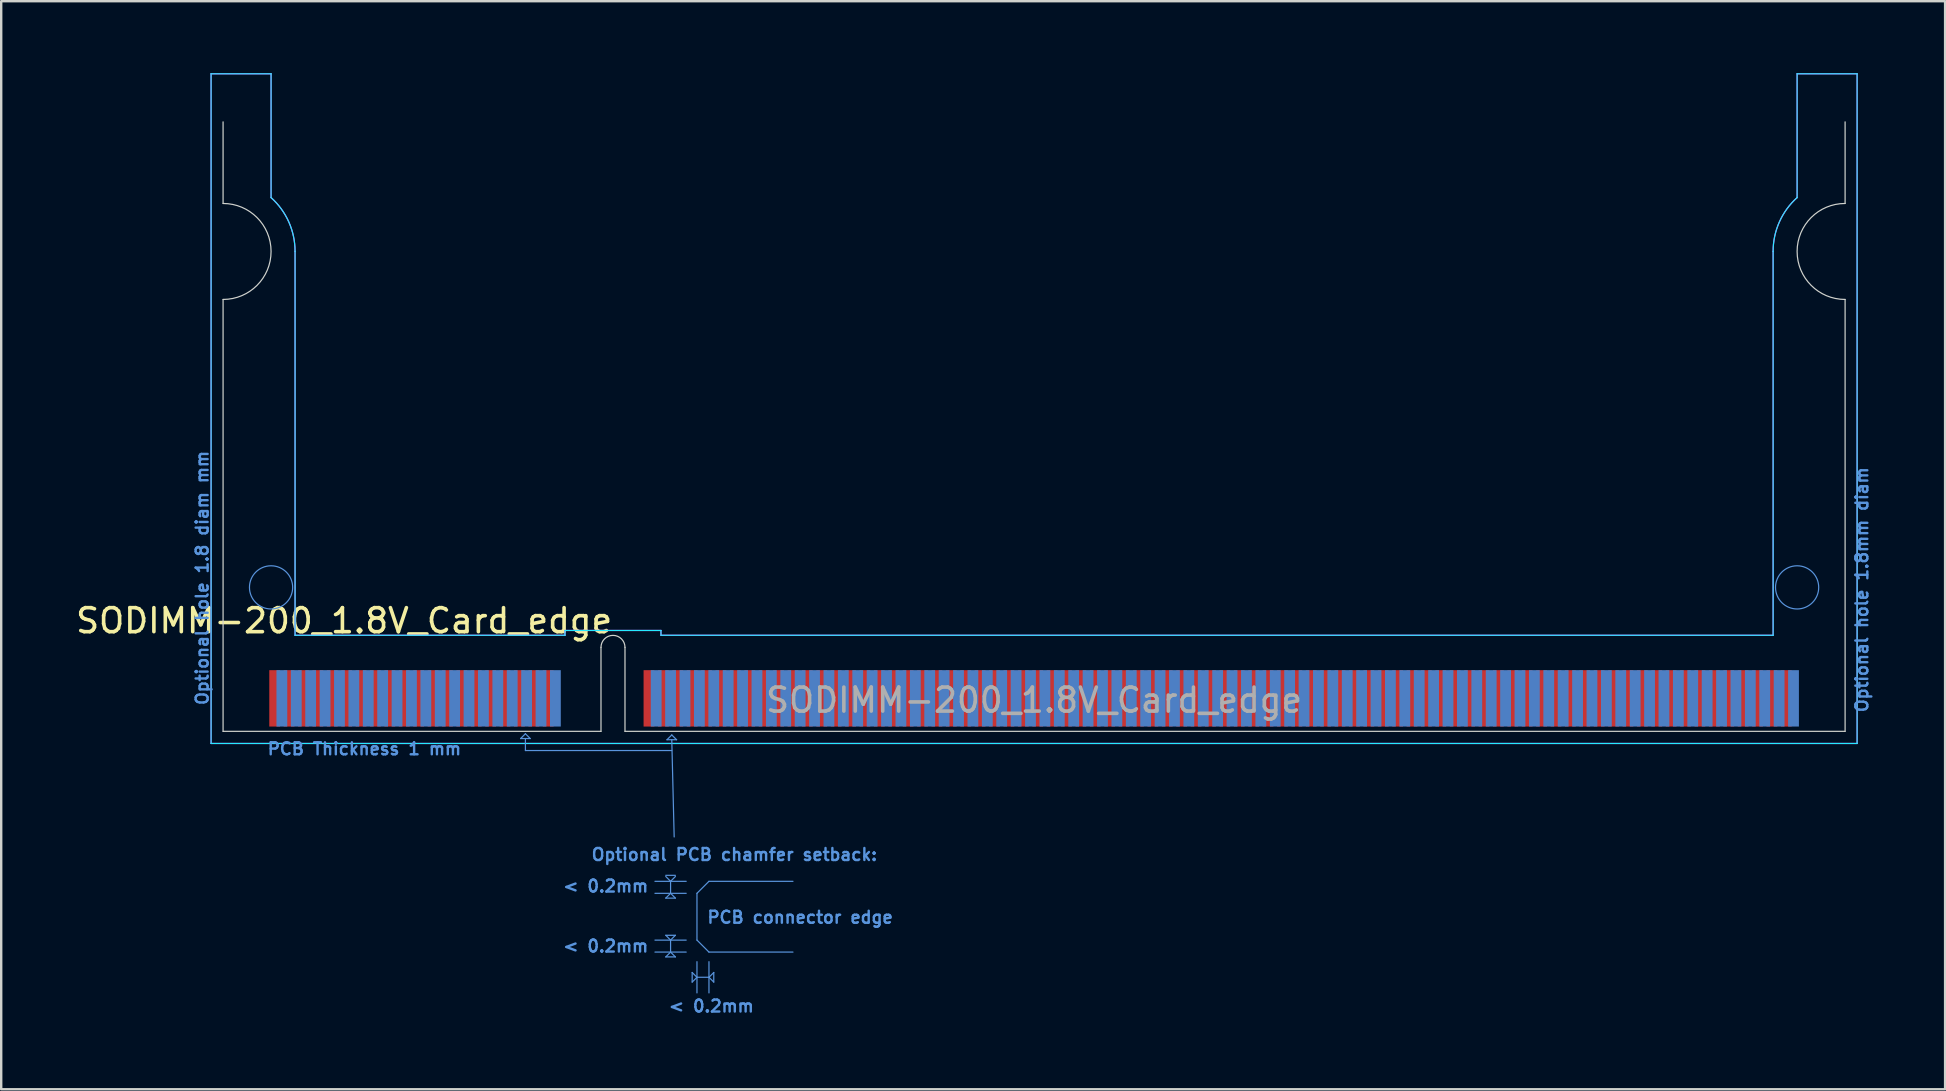
<source format=kicad_pcb>
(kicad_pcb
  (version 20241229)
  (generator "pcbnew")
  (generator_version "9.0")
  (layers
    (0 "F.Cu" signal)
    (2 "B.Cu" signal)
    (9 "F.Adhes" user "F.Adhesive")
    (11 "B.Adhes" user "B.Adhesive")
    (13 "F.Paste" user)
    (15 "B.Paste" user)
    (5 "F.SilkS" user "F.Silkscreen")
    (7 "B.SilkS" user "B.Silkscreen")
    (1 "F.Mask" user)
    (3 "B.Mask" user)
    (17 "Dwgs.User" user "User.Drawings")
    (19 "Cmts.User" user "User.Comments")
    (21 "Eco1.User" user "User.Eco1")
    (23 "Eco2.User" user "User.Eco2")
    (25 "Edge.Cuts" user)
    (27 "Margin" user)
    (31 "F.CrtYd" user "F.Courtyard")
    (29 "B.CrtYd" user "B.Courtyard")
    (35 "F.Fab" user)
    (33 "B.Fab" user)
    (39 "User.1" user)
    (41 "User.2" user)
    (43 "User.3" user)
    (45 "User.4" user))
  (footprint "SODIMM-200_1.8V_Card_edge"
    (layer "F.Cu")
    (at 8.397 26.055)
    (property "Reference" "SODIMM-200_1.8V_Card_edge" (at 2.895 -3.235 0) (layer "F.SilkS") (effects (font (size 1 1) (thickness 0.15))))
    (attr exclude_from_pos_files exclude_from_bom allow_soldermask_bridges)
    (fp_rect (start -0.352 -1.302) (end 13.6 1.302) (stroke (width 0) (type solid)) (fill yes) (layer "F.Mask"))
    (fp_rect (start 14.6 -1.302) (end 63.352 1.302) (stroke (width 0) (type solid)) (fill yes) (layer "F.Mask"))
    (fp_rect (start -0.052 -1.302) (end 13.6 1.302) (stroke (width 0) (type solid)) (fill yes) (layer "B.Mask"))
    (fp_rect (start 14.6 -1.302) (end 63.652 1.302) (stroke (width 0) (type solid)) (fill yes) (layer "B.Mask"))
    (fp_line (start 10.25 1.675) (end 10.45 1.475) (stroke (width 0.05) (type default)) (layer "Cmts.User"))
    (fp_line (start 10.45 1.475) (end 10.65 1.675) (stroke (width 0.05) (type default)) (layer "Cmts.User"))
    (fp_line (start 10.45 1.675) (end 10.45 2.175) (stroke (width 0.05) (type default)) (layer "Cmts.User"))
    (fp_line (start 10.45 2.175) (end 16.55 2.175) (stroke (width 0.05) (type default)) (layer "Cmts.User"))
    (fp_line (start 10.65 1.675) (end 10.25 1.675) (stroke (width 0.05) (type default)) (layer "Cmts.User"))
    (fp_line (start 15.85 7.625) (end 17.15 7.625) (stroke (width 0.05) (type default)) (layer "Cmts.User"))
    (fp_line (start 15.85 8.125) (end 17.15 8.125) (stroke (width 0.05) (type default)) (layer "Cmts.User"))
    (fp_line (start 15.85 10.075) (end 17.15 10.075) (stroke (width 0.05) (type default)) (layer "Cmts.User"))
    (fp_line (start 15.85 10.575) (end 17.15 10.575) (stroke (width 0.05) (type default)) (layer "Cmts.User"))
    (fp_line (start 16.3 7.375) (end 16.7 7.375) (stroke (width 0.05) (type default)) (layer "Cmts.User"))
    (fp_line (start 16.3 8.325) (end 16.5 8.125) (stroke (width 0.05) (type default)) (layer "Cmts.User"))
    (fp_line (start 16.3 9.875) (end 16.7 9.875) (stroke (width 0.05) (type default)) (layer "Cmts.User"))
    (fp_line (start 16.3 10.775) (end 16.5 10.575) (stroke (width 0.05) (type default)) (layer "Cmts.User"))
    (fp_line (start 16.35 1.725) (end 16.55 1.525) (stroke (width 0.05) (type default)) (layer "Cmts.User"))
    (fp_line (start 16.5 7.625) (end 16.3 7.425) (stroke (width 0.05) (type default)) (layer "Cmts.User"))
    (fp_line (start 16.5 8.125) (end 16.5 7.625) (stroke (width 0.05) (type default)) (layer "Cmts.User"))
    (fp_line (start 16.5 8.125) (end 16.7 8.325) (stroke (width 0.05) (type default)) (layer "Cmts.User"))
    (fp_line (start 16.5 10.075) (end 16.3 9.875) (stroke (width 0.05) (type default)) (layer "Cmts.User"))
    (fp_line (start 16.5 10.575) (end 16.5 10.075) (stroke (width 0.05) (type default)) (layer "Cmts.User"))
    (fp_line (start 16.5 10.575) (end 16.7 10.775) (stroke (width 0.05) (type default)) (layer "Cmts.User"))
    (fp_line (start 16.55 1.525) (end 16.75 1.725) (stroke (width 0.05) (type default)) (layer "Cmts.User"))
    (fp_line (start 16.55 1.725) (end 16.65 5.775) (stroke (width 0.05) (type default)) (layer "Cmts.User"))
    (fp_line (start 16.7 7.425) (end 16.5 7.625) (stroke (width 0.05) (type default)) (layer "Cmts.User"))
    (fp_line (start 16.7 8.325) (end 16.3 8.325) (stroke (width 0.05) (type default)) (layer "Cmts.User"))
    (fp_line (start 16.7 9.875) (end 16.5 10.075) (stroke (width 0.05) (type default)) (layer "Cmts.User"))
    (fp_line (start 16.7 10.775) (end 16.3 10.775) (stroke (width 0.05) (type default)) (layer "Cmts.User"))
    (fp_line (start 16.75 1.725) (end 16.35 1.725) (stroke (width 0.05) (type default)) (layer "Cmts.User"))
    (fp_line (start 17.4 11.425) (end 17.6 11.625) (stroke (width 0.05) (type default)) (layer "Cmts.User"))
    (fp_line (start 17.4 11.825) (end 17.4 11.425) (stroke (width 0.05) (type default)) (layer "Cmts.User"))
    (fp_line (start 17.6 8.125) (end 17.6 10.075) (stroke (width 0.05) (type default)) (layer "Cmts.User"))
    (fp_line (start 17.6 10.975) (end 17.6 12.275) (stroke (width 0.05) (type default)) (layer "Cmts.User"))
    (fp_line (start 17.6 11.625) (end 17.4 11.825) (stroke (width 0.05) (type default)) (layer "Cmts.User"))
    (fp_line (start 17.6 11.625) (end 18.1 11.625) (stroke (width 0.05) (type default)) (layer "Cmts.User"))
    (fp_line (start 18.1 7.625) (end 17.6 8.125) (stroke (width 0.05) (type default)) (layer "Cmts.User"))
    (fp_line (start 18.1 7.625) (end 21.6 7.625) (stroke (width 0.05) (type default)) (layer "Cmts.User"))
    (fp_line (start 18.1 10.575) (end 17.6 10.075) (stroke (width 0.05) (type default)) (layer "Cmts.User"))
    (fp_line (start 18.1 10.575) (end 21.6 10.575) (stroke (width 0.05) (type default)) (layer "Cmts.User"))
    (fp_line (start 18.1 10.975) (end 18.1 12.275) (stroke (width 0.05) (type default)) (layer "Cmts.User"))
    (fp_line (start 18.1 11.625) (end 18.3 11.425) (stroke (width 0.05) (type default)) (layer "Cmts.User"))
    (fp_line (start 18.3 11.425) (end 18.3 11.825) (stroke (width 0.05) (type default)) (layer "Cmts.User"))
    (fp_line (start 18.3 11.825) (end 18.1 11.625) (stroke (width 0.05) (type default)) (layer "Cmts.User"))
    (fp_circle (center -0.15 -4.625) (end 0.75 -4.625) (stroke (width 0.05) (type default)) (fill no) (layer "Cmts.User"))
    (fp_circle (center 63.45 -4.625) (end 64.35 -4.625) (stroke (width 0.05) (type default)) (fill no) (layer "Cmts.User"))
    (fp_line (start -2.15 -20.625) (end -2.15 -24.025) (stroke (width 0.05) (type default)) (layer "Edge.Cuts"))
    (fp_line (start -2.15 1.375) (end -2.15 -16.625) (stroke (width 0.05) (type solid)) (layer "Edge.Cuts"))
    (fp_line (start 13.6 1.375) (end -2.15 1.375) (stroke (width 0.05) (type default)) (layer "Edge.Cuts"))
    (fp_line (start 13.6 1.375) (end 13.6 -2.125) (stroke (width 0.05) (type solid)) (layer "Edge.Cuts"))
    (fp_line (start 14.6 -2.125) (end 14.6 1.375) (stroke (width 0.05) (type solid)) (layer "Edge.Cuts"))
    (fp_line (start 14.6 1.375) (end 65.45 1.375) (stroke (width 0.05) (type default)) (layer "Edge.Cuts"))
    (fp_line (start 65.45 -20.625) (end 65.45 -24.025) (stroke (width 0.05) (type default)) (layer "Edge.Cuts"))
    (fp_line (start 65.45 1.375) (end 65.45 -16.625) (stroke (width 0.05) (type solid)) (layer "Edge.Cuts"))
    (fp_arc (start -2.15 -20.625) (mid -0.15 -18.625) (end -2.15 -16.625) (stroke (width 0.05) (type solid)) (layer "Edge.Cuts"))
    (fp_arc (start 13.6 -2.125) (mid 14.1 -2.625) (end 14.6 -2.125) (stroke (width 0.05) (type solid)) (layer "Edge.Cuts"))
    (fp_arc (start 65.45 -16.625) (mid 63.45 -18.625) (end 65.45 -20.625) (stroke (width 0.05) (type solid)) (layer "Edge.Cuts"))
    (fp_line (start -2.65 -26.03) (end -2.65 1.88) (stroke (width 0.05) (type default)) (layer "B.CrtYd"))
    (fp_line (start -2.65 -26.03) (end -0.15 -26.03) (stroke (width 0.05) (type default)) (layer "B.CrtYd"))
    (fp_line (start -0.15 -20.87) (end -0.15 -26.03) (stroke (width 0.05) (type default)) (layer "B.CrtYd"))
    (fp_line (start 0.85 -18.63) (end 0.85 -2.63) (stroke (width 0.05) (type default)) (layer "B.CrtYd"))
    (fp_line (start 0.85 -2.63) (end 12.1 -2.63) (stroke (width 0.05) (type default)) (layer "B.CrtYd"))
    (fp_line (start 12.1 -2.83) (end 16.1 -2.83) (stroke (width 0.05) (type default)) (layer "B.CrtYd"))
    (fp_line (start 12.1 -2.63) (end 12.1 -2.83) (stroke (width 0.05) (type default)) (layer "B.CrtYd"))
    (fp_line (start 16.1 -2.83) (end 16.1 -2.63) (stroke (width 0.05) (type default)) (layer "B.CrtYd"))
    (fp_line (start 16.1 -2.63) (end 62.45 -2.63) (stroke (width 0.05) (type default)) (layer "B.CrtYd"))
    (fp_line (start 62.45 -18.63) (end 62.45 -2.63) (stroke (width 0.05) (type default)) (layer "B.CrtYd"))
    (fp_line (start 63.45 -20.87) (end 63.45 -26.03) (stroke (width 0.05) (type default)) (layer "B.CrtYd"))
    (fp_line (start 65.95 -26.03) (end 63.45 -26.03) (stroke (width 0.05) (type default)) (layer "B.CrtYd"))
    (fp_line (start 65.95 -26.03) (end 65.95 1.88) (stroke (width 0.05) (type default)) (layer "B.CrtYd"))
    (fp_line (start 65.95 1.88) (end -2.65 1.88) (stroke (width 0.05) (type default)) (layer "B.CrtYd"))
    (fp_arc (start -0.15 -20.87) (mid 0.588474 -19.856462) (end 0.85 -18.63) (stroke (width 0.05) (type default)) (layer "B.CrtYd"))
    (fp_arc (start 62.45 -18.63) (mid 62.711526 -19.856462) (end 63.45 -20.87) (stroke (width 0.05) (type default)) (layer "B.CrtYd"))
    (fp_line (start -2.65 -26.03) (end -2.65 1.88) (stroke (width 0.05) (type default)) (layer "F.CrtYd"))
    (fp_line (start -2.65 -26.03) (end -0.15 -26.03) (stroke (width 0.05) (type default)) (layer "F.CrtYd"))
    (fp_line (start -0.15 -20.87) (end -0.15 -26.03) (stroke (width 0.05) (type default)) (layer "F.CrtYd"))
    (fp_line (start 0.85 -2.63) (end 0.85 -18.63) (stroke (width 0.05) (type default)) (layer "F.CrtYd"))
    (fp_line (start 0.85 -2.63) (end 12.1 -2.63) (stroke (width 0.05) (type default)) (layer "F.CrtYd"))
    (fp_line (start 12.1 -2.83) (end 16.1 -2.83) (stroke (width 0.05) (type default)) (layer "F.CrtYd"))
    (fp_line (start 12.1 -2.63) (end 12.1 -2.83) (stroke (width 0.05) (type default)) (layer "F.CrtYd"))
    (fp_line (start 16.1 -2.83) (end 16.1 -2.63) (stroke (width 0.05) (type default)) (layer "F.CrtYd"))
    (fp_line (start 16.1 -2.63) (end 62.45 -2.63) (stroke (width 0.05) (type default)) (layer "F.CrtYd"))
    (fp_line (start 62.45 -2.63) (end 62.45 -18.63) (stroke (width 0.05) (type default)) (layer "F.CrtYd"))
    (fp_line (start 63.45 -20.87) (end 63.45 -26.03) (stroke (width 0.05) (type default)) (layer "F.CrtYd"))
    (fp_line (start 65.95 -26.03) (end 63.45 -26.03) (stroke (width 0.05) (type default)) (layer "F.CrtYd"))
    (fp_line (start 65.95 -26.03) (end 65.95 1.88) (stroke (width 0.05) (type default)) (layer "F.CrtYd"))
    (fp_line (start 65.95 1.88) (end -2.65 1.88) (stroke (width 0.05) (type default)) (layer "F.CrtYd"))
    (fp_arc (start -0.15 -20.87) (mid 0.588474 -19.856462) (end 0.85 -18.63) (stroke (width 0.05) (type default)) (layer "F.CrtYd"))
    (fp_arc (start 62.45 -18.63) (mid 62.711526 -19.856462) (end 63.45 -20.87) (stroke (width 0.05) (type default)) (layer "F.CrtYd"))
    (fp_text user "PCB connector edge" (at 21.9 9.125 180) (layer "Cmts.User") (effects (font (size 0.5 0.5) (thickness 0.1))))
    (fp_text user "PCB Thickness 1 mm" (at 3.74 2.105 180) (layer "Cmts.User") (effects (font (size 0.5 0.5) (thickness 0.1))))
    (fp_text user "< 0.2mm" (at 13.8 7.825 180) (layer "Cmts.User") (effects (font (size 0.5 0.5) (thickness 0.1))))
    (fp_text user "Optional hole 1.8 diam mm" (at -3.02 -5.02 90) (unlocked yes) (layer "Cmts.User") (effects (font (size 0.5 0.5) (thickness 0.1))))
    (fp_text user "< 0.2mm" (at 13.8 10.325 180) (layer "Cmts.User") (effects (font (size 0.5 0.5) (thickness 0.1))))
    (fp_text user "Optional hole 1.8mm diam" (at 66.15 -4.53 90) (unlocked yes) (layer "Cmts.User") (effects (font (size 0.5 0.5) (thickness 0.1))))
    (fp_text user "Optional PCB chamfer setback:" (at 19.16 6.51 180) (layer "Cmts.User") (effects (font (size 0.5 0.5) (thickness 0.1))))
    (fp_text user "< 0.2mm" (at 18.2 12.825 180) (layer "Cmts.User") (effects (font (size 0.5 0.5) (thickness 0.1))))
    (fp_text user "${REFERENCE}" (at 31.65 0.075 0) (layer "F.Fab") (effects (font (size 1 1) (thickness 0.15))))
    (pad "1" connect rect (at 0 0) (size 0.45 2.35) (layers "F.Cu" "F.Mask"))
    (pad "2" connect rect (at 0.3 0) (size 0.45 2.35) (layers "B.Cu" "B.Mask"))
    (pad "3" connect rect (at 0.6 0) (size 0.45 2.35) (layers "F.Cu" "F.Mask"))
    (pad "4" connect rect (at 0.9 0) (size 0.45 2.35) (layers "B.Cu" "B.Mask"))
    (pad "5" connect rect (at 1.2 0) (size 0.45 2.35) (layers "F.Cu" "F.Mask"))
    (pad "6" connect rect (at 1.5 0) (size 0.45 2.35) (layers "B.Cu" "B.Mask"))
    (pad "7" connect rect (at 1.8 0) (size 0.45 2.35) (layers "F.Cu" "F.Mask"))
    (pad "8" connect rect (at 2.1 0) (size 0.45 2.35) (layers "B.Cu" "B.Mask"))
    (pad "9" connect rect (at 2.4 0) (size 0.45 2.35) (layers "F.Cu" "F.Mask"))
    (pad "10" connect rect (at 2.7 0) (size 0.45 2.35) (layers "B.Cu" "B.Mask"))
    (pad "11" connect rect (at 3 0) (size 0.45 2.35) (layers "F.Cu" "F.Mask"))
    (pad "12" connect rect (at 3.3 0) (size 0.45 2.35) (layers "B.Cu" "B.Mask"))
    (pad "13" connect rect (at 3.6 0) (size 0.45 2.35) (layers "F.Cu" "F.Mask"))
    (pad "14" connect rect (at 3.9 0) (size 0.45 2.35) (layers "B.Cu" "B.Mask"))
    (pad "15" connect rect (at 4.2 0) (size 0.45 2.35) (layers "F.Cu" "F.Mask"))
    (pad "16" connect rect (at 4.5 0) (size 0.45 2.35) (layers "B.Cu" "B.Mask"))
    (pad "17" connect rect (at 4.8 0) (size 0.45 2.35) (layers "F.Cu" "F.Mask"))
    (pad "18" connect rect (at 5.1 0) (size 0.45 2.35) (layers "B.Cu" "B.Mask"))
    (pad "19" connect rect (at 5.4 0) (size 0.45 2.35) (layers "F.Cu" "F.Mask"))
    (pad "20" connect rect (at 5.7 0) (size 0.45 2.35) (layers "B.Cu" "B.Mask"))
    (pad "21" connect rect (at 6 0) (size 0.45 2.35) (layers "F.Cu" "F.Mask"))
    (pad "22" connect rect (at 6.3 0) (size 0.45 2.35) (layers "B.Cu" "B.Mask"))
    (pad "23" connect rect (at 6.6 0) (size 0.45 2.35) (layers "F.Cu" "F.Mask"))
    (pad "24" connect rect (at 6.9 0) (size 0.45 2.35) (layers "B.Cu" "B.Mask"))
    (pad "25" connect rect (at 7.2 0) (size 0.45 2.35) (layers "F.Cu" "F.Mask"))
    (pad "26" connect rect (at 7.5 0) (size 0.45 2.35) (layers "B.Cu" "B.Mask"))
    (pad "27" connect rect (at 7.8 0) (size 0.45 2.35) (layers "F.Cu" "F.Mask"))
    (pad "28" connect rect (at 8.1 0) (size 0.45 2.35) (layers "B.Cu" "B.Mask"))
    (pad "29" connect rect (at 8.4 0) (size 0.45 2.35) (layers "F.Cu" "F.Mask"))
    (pad "30" connect rect (at 8.7 0) (size 0.45 2.35) (layers "B.Cu" "B.Mask"))
    (pad "31" connect rect (at 9 0) (size 0.45 2.35) (layers "F.Cu" "F.Mask"))
    (pad "32" connect rect (at 9.3 0) (size 0.45 2.35) (layers "B.Cu" "B.Mask"))
    (pad "33" connect rect (at 9.6 0) (size 0.45 2.35) (layers "F.Cu" "F.Mask"))
    (pad "34" connect rect (at 9.9 0) (size 0.45 2.35) (layers "B.Cu" "B.Mask"))
    (pad "35" connect rect (at 10.2 0) (size 0.45 2.35) (layers "F.Cu" "F.Mask"))
    (pad "36" connect rect (at 10.5 0) (size 0.45 2.35) (layers "B.Cu" "B.Mask"))
    (pad "37" connect rect (at 10.8 0) (size 0.45 2.35) (layers "F.Cu" "F.Mask"))
    (pad "38" connect rect (at 11.1 0) (size 0.45 2.35) (layers "B.Cu" "B.Mask"))
    (pad "39" connect rect (at 11.4 0) (size 0.45 2.35) (layers "F.Cu" "F.Mask"))
    (pad "40" connect rect (at 11.7 0) (size 0.45 2.35) (layers "B.Cu" "B.Mask"))
    (pad "41" connect rect (at 15.6 0) (size 0.45 2.35) (layers "F.Cu" "F.Mask"))
    (pad "42" connect rect (at 15.9 0) (size 0.45 2.35) (layers "B.Cu" "B.Mask"))
    (pad "43" connect rect (at 16.2 0) (size 0.45 2.35) (layers "F.Cu" "F.Mask"))
    (pad "44" connect rect (at 16.5 0) (size 0.45 2.35) (layers "B.Cu" "B.Mask"))
    (pad "45" connect rect (at 16.8 0) (size 0.45 2.35) (layers "F.Cu" "F.Mask"))
    (pad "46" connect rect (at 17.1 0) (size 0.45 2.35) (layers "B.Cu" "B.Mask"))
    (pad "47" connect rect (at 17.4 0) (size 0.45 2.35) (layers "F.Cu" "F.Mask"))
    (pad "48" connect rect (at 17.7 0) (size 0.45 2.35) (layers "B.Cu" "B.Mask"))
    (pad "49" connect rect (at 18 0) (size 0.45 2.35) (layers "F.Cu" "F.Mask"))
    (pad "50" connect rect (at 18.3 0) (size 0.45 2.35) (layers "B.Cu" "B.Mask"))
    (pad "51" connect rect (at 18.6 0) (size 0.45 2.35) (layers "F.Cu" "F.Mask"))
    (pad "52" connect rect (at 18.9 0) (size 0.45 2.35) (layers "B.Cu" "B.Mask"))
    (pad "53" connect rect (at 19.2 0) (size 0.45 2.35) (layers "F.Cu" "F.Mask"))
    (pad "54" connect rect (at 19.5 0) (size 0.45 2.35) (layers "B.Cu" "B.Mask"))
    (pad "55" connect rect (at 19.8 0) (size 0.45 2.35) (layers "F.Cu" "F.Mask"))
    (pad "56" connect rect (at 20.1 0) (size 0.45 2.35) (layers "B.Cu" "B.Mask"))
    (pad "57" connect rect (at 20.4 0) (size 0.45 2.35) (layers "F.Cu" "F.Mask"))
    (pad "58" connect rect (at 20.7 0) (size 0.45 2.35) (layers "B.Cu" "B.Mask"))
    (pad "59" connect rect (at 21 0) (size 0.45 2.35) (layers "F.Cu" "F.Mask"))
    (pad "60" connect rect (at 21.3 0) (size 0.45 2.35) (layers "B.Cu" "B.Mask"))
    (pad "61" connect rect (at 21.6 0) (size 0.45 2.35) (layers "F.Cu" "F.Mask"))
    (pad "62" connect rect (at 21.9 0) (size 0.45 2.35) (layers "B.Cu" "B.Mask"))
    (pad "63" connect rect (at 22.2 0) (size 0.45 2.35) (layers "F.Cu" "F.Mask"))
    (pad "64" connect rect (at 22.5 0) (size 0.45 2.35) (layers "B.Cu" "B.Mask"))
    (pad "65" connect rect (at 22.8 0) (size 0.45 2.35) (layers "F.Cu" "F.Mask"))
    (pad "66" connect rect (at 23.1 0) (size 0.45 2.35) (layers "B.Cu" "B.Mask"))
    (pad "67" connect rect (at 23.4 0) (size 0.45 2.35) (layers "F.Cu" "F.Mask"))
    (pad "68" connect rect (at 23.7 0) (size 0.45 2.35) (layers "B.Cu" "B.Mask"))
    (pad "69" connect rect (at 24 0) (size 0.45 2.35) (layers "F.Cu" "F.Mask"))
    (pad "70" connect rect (at 24.3 0) (size 0.45 2.35) (layers "B.Cu" "B.Mask"))
    (pad "71" connect rect (at 24.6 0) (size 0.45 2.35) (layers "F.Cu" "F.Mask"))
    (pad "72" connect rect (at 24.9 0) (size 0.45 2.35) (layers "B.Cu" "B.Mask"))
    (pad "73" connect rect (at 25.2 0) (size 0.45 2.35) (layers "F.Cu" "F.Mask"))
    (pad "74" connect rect (at 25.5 0) (size 0.45 2.35) (layers "B.Cu" "B.Mask"))
    (pad "75" connect rect (at 25.8 0) (size 0.45 2.35) (layers "F.Cu" "F.Mask"))
    (pad "76" connect rect (at 26.1 0) (size 0.45 2.35) (layers "B.Cu" "B.Mask"))
    (pad "77" connect rect (at 26.4 0) (size 0.45 2.35) (layers "F.Cu" "F.Mask"))
    (pad "78" connect rect (at 26.7 0) (size 0.45 2.35) (layers "B.Cu" "B.Mask"))
    (pad "79" connect rect (at 27 0) (size 0.45 2.35) (layers "F.Cu" "F.Mask"))
    (pad "80" connect rect (at 27.3 0) (size 0.45 2.35) (layers "B.Cu" "B.Mask"))
    (pad "81" connect rect (at 27.6 0) (size 0.45 2.35) (layers "F.Cu" "F.Mask"))
    (pad "82" connect rect (at 27.9 0) (size 0.45 2.35) (layers "B.Cu" "B.Mask"))
    (pad "83" connect rect (at 28.2 0) (size 0.45 2.35) (layers "F.Cu" "F.Mask"))
    (pad "84" connect rect (at 28.5 0) (size 0.45 2.35) (layers "B.Cu" "B.Mask"))
    (pad "85" connect rect (at 28.8 0) (size 0.45 2.35) (layers "F.Cu" "F.Mask"))
    (pad "86" connect rect (at 29.1 0) (size 0.45 2.35) (layers "B.Cu" "B.Mask"))
    (pad "87" connect rect (at 29.4 0) (size 0.45 2.35) (layers "F.Cu" "F.Mask"))
    (pad "88" connect rect (at 29.7 0) (size 0.45 2.35) (layers "B.Cu" "B.Mask"))
    (pad "89" connect rect (at 30 0) (size 0.45 2.35) (layers "F.Cu" "F.Mask"))
    (pad "90" connect rect (at 30.3 0) (size 0.45 2.35) (layers "B.Cu" "B.Mask"))
    (pad "91" connect rect (at 30.6 0) (size 0.45 2.35) (layers "F.Cu" "F.Mask"))
    (pad "92" connect rect (at 30.9 0) (size 0.45 2.35) (layers "B.Cu" "B.Mask"))
    (pad "93" connect rect (at 31.2 0) (size 0.45 2.35) (layers "F.Cu" "F.Mask"))
    (pad "94" connect rect (at 31.5 0) (size 0.45 2.35) (layers "B.Cu" "B.Mask"))
    (pad "95" connect rect (at 31.8 0) (size 0.45 2.35) (layers "F.Cu" "F.Mask"))
    (pad "96" connect rect (at 32.1 0) (size 0.45 2.35) (layers "B.Cu" "B.Mask"))
    (pad "97" connect rect (at 32.4 0) (size 0.45 2.35) (layers "F.Cu" "F.Mask"))
    (pad "98" connect rect (at 32.7 0) (size 0.45 2.35) (layers "B.Cu" "B.Mask"))
    (pad "99" connect rect (at 33 0) (size 0.45 2.35) (layers "F.Cu" "F.Mask"))
    (pad "100" connect rect (at 33.3 0) (size 0.45 2.35) (layers "B.Cu" "B.Mask"))
    (pad "101" connect rect (at 33.6 0) (size 0.45 2.35) (layers "F.Cu" "F.Mask"))
    (pad "102" connect rect (at 33.9 0) (size 0.45 2.35) (layers "B.Cu" "B.Mask"))
    (pad "103" connect rect (at 34.2 0) (size 0.45 2.35) (layers "F.Cu" "F.Mask"))
    (pad "104" connect rect (at 34.5 0) (size 0.45 2.35) (layers "B.Cu" "B.Mask"))
    (pad "105" connect rect (at 34.8 0) (size 0.45 2.35) (layers "F.Cu" "F.Mask"))
    (pad "106" connect rect (at 35.1 0) (size 0.45 2.35) (layers "B.Cu" "B.Mask"))
    (pad "107" connect rect (at 35.4 0) (size 0.45 2.35) (layers "F.Cu" "F.Mask"))
    (pad "108" connect rect (at 35.7 0) (size 0.45 2.35) (layers "B.Cu" "B.Mask"))
    (pad "109" connect rect (at 36 0) (size 0.45 2.35) (layers "F.Cu" "F.Mask"))
    (pad "110" connect rect (at 36.3 0) (size 0.45 2.35) (layers "B.Cu" "B.Mask"))
    (pad "111" connect rect (at 36.6 0) (size 0.45 2.35) (layers "F.Cu" "F.Mask"))
    (pad "112" connect rect (at 36.9 0) (size 0.45 2.35) (layers "B.Cu" "B.Mask"))
    (pad "113" connect rect (at 37.2 0) (size 0.45 2.35) (layers "F.Cu" "F.Mask"))
    (pad "114" connect rect (at 37.5 0) (size 0.45 2.35) (layers "B.Cu" "B.Mask"))
    (pad "115" connect rect (at 37.8 0) (size 0.45 2.35) (layers "F.Cu" "F.Mask"))
    (pad "116" connect rect (at 38.1 0) (size 0.45 2.35) (layers "B.Cu" "B.Mask"))
    (pad "117" connect rect (at 38.4 0) (size 0.45 2.35) (layers "F.Cu" "F.Mask"))
    (pad "118" connect rect (at 38.7 0) (size 0.45 2.35) (layers "B.Cu" "B.Mask"))
    (pad "119" connect rect (at 39 0) (size 0.45 2.35) (layers "F.Cu" "F.Mask"))
    (pad "120" connect rect (at 39.3 0) (size 0.45 2.35) (layers "B.Cu" "B.Mask"))
    (pad "121" connect rect (at 39.6 0) (size 0.45 2.35) (layers "F.Cu" "F.Mask"))
    (pad "122" connect rect (at 39.9 0) (size 0.45 2.35) (layers "B.Cu" "B.Mask"))
    (pad "123" connect rect (at 40.2 0) (size 0.45 2.35) (layers "F.Cu" "F.Mask"))
    (pad "124" connect rect (at 40.5 0) (size 0.45 2.35) (layers "B.Cu" "B.Mask"))
    (pad "125" connect rect (at 40.8 0) (size 0.45 2.35) (layers "F.Cu" "F.Mask"))
    (pad "126" connect rect (at 41.1 0) (size 0.45 2.35) (layers "B.Cu" "B.Mask"))
    (pad "127" connect rect (at 41.4 0) (size 0.45 2.35) (layers "F.Cu" "F.Mask"))
    (pad "128" connect rect (at 41.7 0) (size 0.45 2.35) (layers "B.Cu" "B.Mask"))
    (pad "129" connect rect (at 42 0) (size 0.45 2.35) (layers "F.Cu" "F.Mask"))
    (pad "130" connect rect (at 42.3 0) (size 0.45 2.35) (layers "B.Cu" "B.Mask"))
    (pad "131" connect rect (at 42.6 0) (size 0.45 2.35) (layers "F.Cu" "F.Mask"))
    (pad "132" connect rect (at 42.9 0) (size 0.45 2.35) (layers "B.Cu" "B.Mask"))
    (pad "133" connect rect (at 43.2 0) (size 0.45 2.35) (layers "F.Cu" "F.Mask"))
    (pad "134" connect rect (at 43.5 0) (size 0.45 2.35) (layers "B.Cu" "B.Mask"))
    (pad "135" connect rect (at 43.8 0) (size 0.45 2.35) (layers "F.Cu" "F.Mask"))
    (pad "136" connect rect (at 44.1 0) (size 0.45 2.35) (layers "B.Cu" "B.Mask"))
    (pad "137" connect rect (at 44.4 0) (size 0.45 2.35) (layers "F.Cu" "F.Mask"))
    (pad "138" connect rect (at 44.7 0) (size 0.45 2.35) (layers "B.Cu" "B.Mask"))
    (pad "139" connect rect (at 45 0) (size 0.45 2.35) (layers "F.Cu" "F.Mask"))
    (pad "140" connect rect (at 45.3 0) (size 0.45 2.35) (layers "B.Cu" "B.Mask"))
    (pad "141" connect rect (at 45.6 0) (size 0.45 2.35) (layers "F.Cu" "F.Mask"))
    (pad "142" connect rect (at 45.9 0) (size 0.45 2.35) (layers "B.Cu" "B.Mask"))
    (pad "143" connect rect (at 46.2 0) (size 0.45 2.35) (layers "F.Cu" "F.Mask"))
    (pad "144" connect rect (at 46.5 0) (size 0.45 2.35) (layers "B.Cu" "B.Mask"))
    (pad "145" connect rect (at 46.8 0) (size 0.45 2.35) (layers "F.Cu" "F.Mask"))
    (pad "146" connect rect (at 47.1 0) (size 0.45 2.35) (layers "B.Cu" "B.Mask"))
    (pad "147" connect rect (at 47.4 0) (size 0.45 2.35) (layers "F.Cu" "F.Mask"))
    (pad "148" connect rect (at 47.7 0) (size 0.45 2.35) (layers "B.Cu" "B.Mask"))
    (pad "149" connect rect (at 48 0) (size 0.45 2.35) (layers "F.Cu" "F.Mask"))
    (pad "150" connect rect (at 48.3 0) (size 0.45 2.35) (layers "B.Cu" "B.Mask"))
    (pad "151" connect rect (at 48.6 0) (size 0.45 2.35) (layers "F.Cu" "F.Mask"))
    (pad "152" connect rect (at 48.9 0) (size 0.45 2.35) (layers "B.Cu" "B.Mask"))
    (pad "153" connect rect (at 49.2 0) (size 0.45 2.35) (layers "F.Cu" "F.Mask"))
    (pad "154" connect rect (at 49.5 0) (size 0.45 2.35) (layers "B.Cu" "B.Mask"))
    (pad "155" connect rect (at 49.8 0) (size 0.45 2.35) (layers "F.Cu" "F.Mask"))
    (pad "156" connect rect (at 50.1 0) (size 0.45 2.35) (layers "B.Cu" "B.Mask"))
    (pad "157" connect rect (at 50.4 0) (size 0.45 2.35) (layers "F.Cu" "F.Mask"))
    (pad "158" connect rect (at 50.7 0) (size 0.45 2.35) (layers "B.Cu" "B.Mask"))
    (pad "159" connect rect (at 51 0) (size 0.45 2.35) (layers "F.Cu" "F.Mask"))
    (pad "160" connect rect (at 51.3 0) (size 0.45 2.35) (layers "B.Cu" "B.Mask"))
    (pad "161" connect rect (at 51.6 0) (size 0.45 2.35) (layers "F.Cu" "F.Mask"))
    (pad "162" connect rect (at 51.9 0) (size 0.45 2.35) (layers "B.Cu" "B.Mask"))
    (pad "163" connect rect (at 52.2 0) (size 0.45 2.35) (layers "F.Cu" "F.Mask"))
    (pad "164" connect rect (at 52.5 0) (size 0.45 2.35) (layers "B.Cu" "B.Mask"))
    (pad "165" connect rect (at 52.8 0) (size 0.45 2.35) (layers "F.Cu" "F.Mask"))
    (pad "166" connect rect (at 53.1 0) (size 0.45 2.35) (layers "B.Cu" "B.Mask"))
    (pad "167" connect rect (at 53.4 0) (size 0.45 2.35) (layers "F.Cu" "F.Mask"))
    (pad "168" connect rect (at 53.7 0) (size 0.45 2.35) (layers "B.Cu" "B.Mask"))
    (pad "169" connect rect (at 54 0) (size 0.45 2.35) (layers "F.Cu" "F.Mask"))
    (pad "170" connect rect (at 54.3 0) (size 0.45 2.35) (layers "B.Cu" "B.Mask"))
    (pad "171" connect rect (at 54.6 0) (size 0.45 2.35) (layers "F.Cu" "F.Mask"))
    (pad "172" connect rect (at 54.9 0) (size 0.45 2.35) (layers "B.Cu" "B.Mask"))
    (pad "173" connect rect (at 55.2 0) (size 0.45 2.35) (layers "F.Cu" "F.Mask"))
    (pad "174" connect rect (at 55.5 0) (size 0.45 2.35) (layers "B.Cu" "B.Mask"))
    (pad "175" connect rect (at 55.8 0) (size 0.45 2.35) (layers "F.Cu" "F.Mask"))
    (pad "176" connect rect (at 56.1 0) (size 0.45 2.35) (layers "B.Cu" "B.Mask"))
    (pad "177" connect rect (at 56.4 0) (size 0.45 2.35) (layers "F.Cu" "F.Mask"))
    (pad "178" connect rect (at 56.7 0) (size 0.45 2.35) (layers "B.Cu" "B.Mask"))
    (pad "179" connect rect (at 57 0) (size 0.45 2.35) (layers "F.Cu" "F.Mask"))
    (pad "180" connect rect (at 57.3 0) (size 0.45 2.35) (layers "B.Cu" "B.Mask"))
    (pad "181" connect rect (at 57.6 0) (size 0.45 2.35) (layers "F.Cu" "F.Mask"))
    (pad "182" connect rect (at 57.9 0) (size 0.45 2.35) (layers "B.Cu" "B.Mask"))
    (pad "183" connect rect (at 58.2 0) (size 0.45 2.35) (layers "F.Cu" "F.Mask"))
    (pad "184" connect rect (at 58.5 0) (size 0.45 2.35) (layers "B.Cu" "B.Mask"))
    (pad "185" connect rect (at 58.8 0) (size 0.45 2.35) (layers "F.Cu" "F.Mask"))
    (pad "186" connect rect (at 59.1 0) (size 0.45 2.35) (layers "B.Cu" "B.Mask"))
    (pad "187" connect rect (at 59.4 0) (size 0.45 2.35) (layers "F.Cu" "F.Mask"))
    (pad "188" connect rect (at 59.7 0) (size 0.45 2.35) (layers "B.Cu" "B.Mask"))
    (pad "189" connect rect (at 60 0) (size 0.45 2.35) (layers "F.Cu" "F.Mask"))
    (pad "190" connect rect (at 60.3 0) (size 0.45 2.35) (layers "B.Cu" "B.Mask"))
    (pad "191" connect rect (at 60.6 0) (size 0.45 2.35) (layers "F.Cu" "F.Mask"))
    (pad "192" connect rect (at 60.9 0) (size 0.45 2.35) (layers "B.Cu" "B.Mask"))
    (pad "193" connect rect (at 61.2 0) (size 0.45 2.35) (layers "F.Cu" "F.Mask"))
    (pad "194" connect rect (at 61.5 0) (size 0.45 2.35) (layers "B.Cu" "B.Mask"))
    (pad "195" connect rect (at 61.8 0) (size 0.45 2.35) (layers "F.Cu" "F.Mask"))
    (pad "196" connect rect (at 62.1 0) (size 0.45 2.35) (layers "B.Cu" "B.Mask"))
    (pad "197" connect rect (at 62.4 0) (size 0.45 2.35) (layers "F.Cu" "F.Mask"))
    (pad "198" connect rect (at 62.7 0) (size 0.45 2.35) (layers "B.Cu" "B.Mask"))
    (pad "199" connect rect (at 63 0) (size 0.45 2.35) (layers "F.Cu" "F.Mask"))
    (pad "200" connect rect (at 63.3 0) (size 0.45 2.35) (layers "B.Cu" "B.Mask"))
    (zone (net_name "") (layers "F.Cu" "B.Cu") (hatch edge 0.5) (connect_pads) (min_thickness 0.25) (filled_areas_thickness no) (keepout (tracks not_allowed) (vias not_allowed) (pads not_allowed) (copperpour not_allowed) (footprints allowed)) (placement (enabled no)) (fill) (polygon (pts (xy 6.247 13.455) (xy 8.247 13.455) (xy 8.247 7.43) (xy 6.247 7.43))))
    (zone (net_name "") (layers "F.Cu" "B.Cu") (hatch edge 0.5) (connect_pads) (min_thickness 0.25) (filled_areas_thickness no) (keepout (tracks not_allowed) (vias not_allowed) (pads not_allowed) (copperpour not_allowed) (footprints allowed)) (placement (enabled no)) (fill) (polygon (pts (xy 6.247 24.88) (xy 8.122 24.88) (xy 8.122 27.43) (xy 6.247 27.43))))
    (zone (net_name "") (layers "F.Cu" "B.Cu") (hatch edge 0.5) (connect_pads) (min_thickness 0.25) (filled_areas_thickness no) (keepout (tracks not_allowed) (vias not_allowed) (pads not_allowed) (copperpour not_allowed) (footprints allowed)) (placement (enabled no)) (fill) (polygon (pts (xy 6.247 27.43) (xy 7.247 27.43) (xy 7.247 13.455) (xy 6.247 13.455))))
    (zone (net_name "") (layers "F.Cu" "B.Cu") (hatch edge 0.5) (connect_pads) (min_thickness 0.25) (filled_areas_thickness no) (keepout (tracks not_allowed) (vias not_allowed) (pads not_allowed) (copperpour not_allowed) (footprints allowed)) (placement (enabled no)) (fill) (polygon (pts (xy 20.372 24.88) (xy 23.747 24.88) (xy 23.747 27.43) (xy 20.372 27.43))))
    (zone (net_name "") (layers "F.Cu" "B.Cu") (hatch edge 0.5) (connect_pads) (min_thickness 0.25) (filled_areas_thickness no) (keepout (tracks not_allowed) (vias not_allowed) (pads not_allowed) (copperpour not_allowed) (footprints allowed)) (placement (enabled no)) (fill) (polygon (pts (xy 71.847 13.455) (xy 73.847 13.455) (xy 73.847 7.43) (xy 71.847 7.43))))
    (zone (net_name "") (layers "F.Cu" "B.Cu") (hatch edge 0.5) (connect_pads) (min_thickness 0.25) (filled_areas_thickness no) (keepout (tracks not_allowed) (vias not_allowed) (pads not_allowed) (copperpour not_allowed) (footprints allowed)) (placement (enabled no)) (fill) (polygon (pts (xy 71.972 24.88) (xy 73.847 24.88) (xy 73.847 27.43) (xy 71.972 27.43))))
    (zone (net_name "") (layers "F.Cu" "B.Cu") (hatch edge 0.5) (connect_pads) (min_thickness 0.25) (filled_areas_thickness no) (keepout (tracks not_allowed) (vias not_allowed) (pads not_allowed) (copperpour not_allowed) (footprints allowed)) (placement (enabled no)) (fill) (polygon (pts (xy 72.847 27.43) (xy 73.847 27.43) (xy 73.847 13.455) (xy 72.847 13.455))))
    (zone (net_name "") (layer "In1.Cu") (hatch edge 0.5) (connect_pads) (min_thickness 0.25) (filled_areas_thickness no) (keepout (tracks not_allowed) (vias not_allowed) (pads not_allowed) (copperpour not_allowed) (footprints allowed)) (placement (enabled no)) (fill) (polygon (pts (xy 6.247 9.93) (xy 8.247 9.93) (xy 8.247 7.43) (xy 6.247 7.43))))
    (zone (net_name "") (layer "In1.Cu") (hatch edge 0.5) (connect_pads) (min_thickness 0.25) (filled_areas_thickness no) (keepout (tracks not_allowed) (vias not_allowed) (pads not_allowed) (copperpour not_allowed) (footprints allowed)) (placement (enabled no)) (fill) (polygon (pts (xy 6.247 27.43) (xy 6.247 26.43) (xy 73.847 26.43) (xy 73.847 27.43))))
    (zone (net_name "") (layer "In1.Cu") (hatch edge 0.5) (connect_pads) (min_thickness 0.25) (filled_areas_thickness no) (keepout (tracks not_allowed) (vias not_allowed) (pads not_allowed) (copperpour not_allowed) (footprints allowed)) (placement (enabled no)) (fill) (polygon (pts (xy 6.247 27.43) (xy 6.747 27.43) (xy 6.747 9.93) (xy 6.247 9.93))))
    (zone (net_name "") (layer "In1.Cu") (hatch edge 0.5) (connect_pads) (min_thickness 0.25) (filled_areas_thickness no) (keepout (tracks not_allowed) (vias not_allowed) (pads not_allowed) (copperpour not_allowed) (footprints allowed)) (placement (enabled no)) (fill) (polygon (pts (xy 71.847 9.93) (xy 73.847 9.93) (xy 73.847 7.43) (xy 71.847 7.43))))
    (zone (net_name "") (layer "In1.Cu") (hatch edge 0.5) (connect_pads) (min_thickness 0.25) (filled_areas_thickness no) (keepout (tracks not_allowed) (vias not_allowed) (pads not_allowed) (copperpour not_allowed) (footprints allowed)) (placement (enabled no)) (fill) (polygon (pts (xy 73.347 27.43) (xy 73.847 27.43) (xy 73.847 9.93) (xy 73.347 9.93)))))
  (gr_rect
    (start -3 -3)
    (end 78.015 42.348)
    (stroke (width 0.1) (type default))
    (fill no)
    (layer "Edge.Cuts")))
</source>
